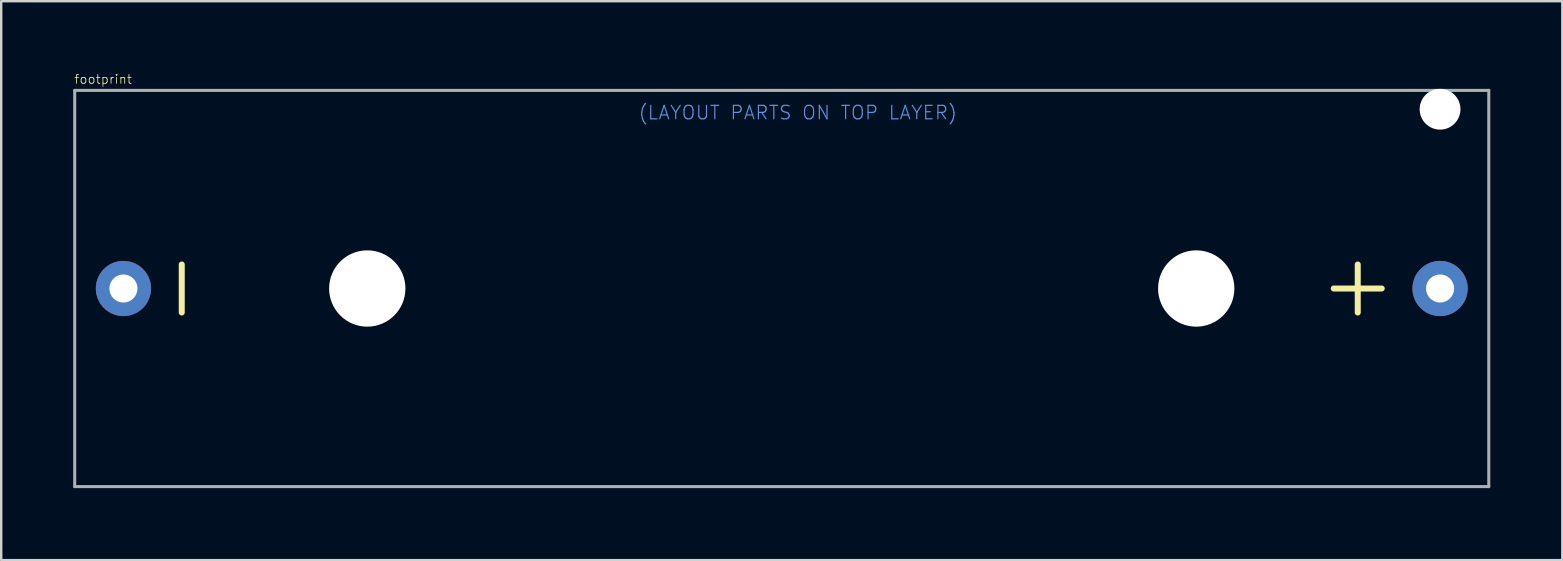
<source format=kicad_pcb>
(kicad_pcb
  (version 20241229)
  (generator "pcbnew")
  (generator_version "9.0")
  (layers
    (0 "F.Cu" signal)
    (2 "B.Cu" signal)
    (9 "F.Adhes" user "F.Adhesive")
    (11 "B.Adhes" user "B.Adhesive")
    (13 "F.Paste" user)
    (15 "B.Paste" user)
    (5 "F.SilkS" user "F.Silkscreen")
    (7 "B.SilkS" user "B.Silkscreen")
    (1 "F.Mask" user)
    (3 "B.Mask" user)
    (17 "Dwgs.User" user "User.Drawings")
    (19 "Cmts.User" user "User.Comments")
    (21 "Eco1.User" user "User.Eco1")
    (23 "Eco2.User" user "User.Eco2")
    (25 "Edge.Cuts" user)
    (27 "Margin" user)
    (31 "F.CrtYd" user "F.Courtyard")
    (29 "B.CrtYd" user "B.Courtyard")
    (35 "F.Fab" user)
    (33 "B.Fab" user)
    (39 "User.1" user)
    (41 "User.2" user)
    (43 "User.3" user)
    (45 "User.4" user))
  (footprint "footprint"
    (layer "F.Cu")
    (at 29.523 8.971)
    (property "Reference" "footprint" (at -29.5 -8.5 0) (layer "F.SilkS") (effects (font (size 0.374 0.374) (thickness 0.033)) (justify left bottom)))
    (fp_line (start -25 -1) (end -25 1) (stroke (width 0.25) (type solid)) (layer "F.SilkS"))
    (fp_line (start 23 0) (end 25 0) (stroke (width 0.25) (type solid)) (layer "F.SilkS"))
    (fp_line (start 24 -1) (end 24 1) (stroke (width 0.25) (type solid)) (layer "F.SilkS"))
    (fp_line (start -29.46 -8.255) (end -29.46 8.255) (stroke (width 0.127) (type solid)) (layer "F.Fab"))
    (fp_line (start -29.46 8.255) (end 29.46 8.255) (stroke (width 0.127) (type solid)) (layer "F.Fab"))
    (fp_line (start 29.46 -8.255) (end -29.46 -8.255) (stroke (width 0.127) (type solid)) (layer "F.Fab"))
    (fp_line (start 29.46 8.255) (end 29.46 -8.255) (stroke (width 0.127) (type solid)) (layer "F.Fab"))
    (fp_text user "(LAYOUT PARTS ON TOP LAYER)" (at -6 -7 0) (layer "Cmts.User") (effects (font (size 0.561 0.561) (thickness 0.049)) (justify left bottom)))
    (pad "" np_thru_hole circle (at -17.27 0) (size 3.18 3.18) (drill 3.18) (layers "*.Cu" "*.Mask"))
    (pad "" np_thru_hole circle (at 17.27 0) (size 3.18 3.18) (drill 3.18) (layers "*.Cu" "*.Mask"))
    (pad "" np_thru_hole circle (at 27.43 -7.47) (size 1.7 1.7) (drill 1.7) (layers "*.Cu" "*.Mask"))
    (pad "+" thru_hole circle (at 27.43 0) (size 2.3 2.3) (drill 1.17) (layers "*.Cu" "*.Mask"))
    (pad "-" thru_hole circle (at -27.43 0) (size 2.3 2.3) (drill 1.17) (layers "*.Cu" "*.Mask")))
  (gr_rect
    (start -3 -3)
    (end 62.047 20.29)
    (stroke (width 0.1) (type default))
    (fill no)
    (layer "Edge.Cuts")))
</source>
